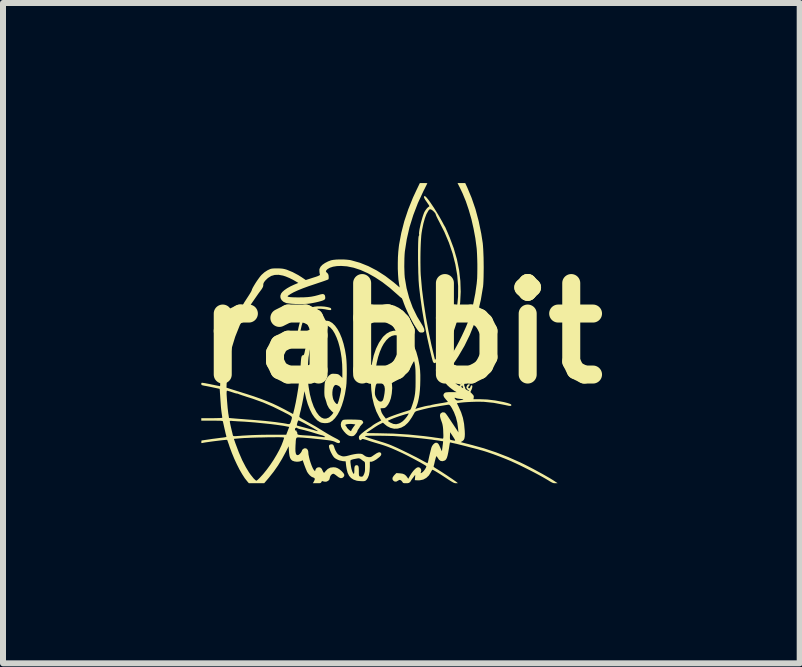
<source format=kicad_pcb>
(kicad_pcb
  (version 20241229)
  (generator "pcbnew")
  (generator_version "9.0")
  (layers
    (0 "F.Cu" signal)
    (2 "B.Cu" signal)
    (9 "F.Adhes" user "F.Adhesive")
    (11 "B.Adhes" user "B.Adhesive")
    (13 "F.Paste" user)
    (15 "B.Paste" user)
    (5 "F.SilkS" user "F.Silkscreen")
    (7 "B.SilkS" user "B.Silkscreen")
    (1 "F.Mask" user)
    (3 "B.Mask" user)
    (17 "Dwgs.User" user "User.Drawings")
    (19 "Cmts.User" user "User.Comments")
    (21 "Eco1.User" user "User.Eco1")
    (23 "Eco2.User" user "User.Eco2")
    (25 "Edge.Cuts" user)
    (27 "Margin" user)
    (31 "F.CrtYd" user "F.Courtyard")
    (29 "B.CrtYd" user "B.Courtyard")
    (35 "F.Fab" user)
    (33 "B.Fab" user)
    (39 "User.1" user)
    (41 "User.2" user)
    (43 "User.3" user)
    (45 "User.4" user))
  (footprint "rabbit"
    (layer "F.Cu")
    (at 3.636 2.5)
    (property "Reference" "rabbit" (at 0 0 0) (layer "F.SilkS") (effects (font (size 1.524 1.524) (thickness 0.3))))
    (attr board_only exclude_from_pos_files exclude_from_bom)
    (fp_poly (pts (xy -0.201 -0.479) (xy -0.191 -0.477) (xy -0.114 -0.457) (xy -0.041 -0.421) (xy 0.026 -0.371) (xy 0.086 -0.307) (xy 0.139 -0.229) (xy 0.162 -0.186) (xy 0.188 -0.13) (xy 0.206 -0.086) (xy 0.215 -0.055) (xy 0.215 -0.035) (xy 0.206 -0.026) (xy 0.2 -0.025) (xy 0.184 -0.033) (xy 0.171 -0.055) (xy 0.163 -0.076) (xy 0.159 -0.09) (xy 0.158 -0.092) (xy 0.154 -0.105) (xy 0.143 -0.128) (xy 0.127 -0.158) (xy 0.107 -0.192) (xy 0.087 -0.226) (xy 0.068 -0.256) (xy 0.053 -0.276) (xy 0.015 -0.321) (xy -0.024 -0.356) (xy -0.07 -0.387) (xy -0.107 -0.406) (xy -0.141 -0.422) (xy -0.168 -0.431) (xy -0.195 -0.435) (xy -0.23 -0.437) (xy -0.232 -0.437) (xy -0.272 -0.436) (xy -0.302 -0.431) (xy -0.329 -0.421) (xy -0.334 -0.419) (xy -0.367 -0.405) (xy -0.388 -0.401) (xy -0.398 -0.407) (xy -0.4 -0.416) (xy -0.394 -0.434) (xy -0.374 -0.449) (xy -0.339 -0.463) (xy -0.305 -0.472) (xy -0.268 -0.48) (xy -0.236 -0.482)) (stroke (width 0) (type solid)) (fill yes) (layer "F.SilkS"))
    (fp_poly (pts (xy -1.284 -0.443) (xy -1.238 -0.436) (xy -1.204 -0.428) (xy -1.183 -0.421) (xy -1.173 -0.413) (xy -1.169 -0.404) (xy -1.168 -0.402) (xy -1.169 -0.391) (xy -1.175 -0.385) (xy -1.191 -0.384) (xy -1.217 -0.387) (xy -1.256 -0.394) (xy -1.267 -0.397) (xy -1.326 -0.405) (xy -1.386 -0.406) (xy -1.441 -0.399) (xy -1.485 -0.385) (xy -1.526 -0.363) (xy -1.561 -0.335) (xy -1.591 -0.3) (xy -1.617 -0.255) (xy -1.639 -0.199) (xy -1.66 -0.13) (xy -1.679 -0.047) (xy -1.683 -0.025) (xy -1.692 0.02) (xy -1.699 0.051) (xy -1.705 0.071) (xy -1.71 0.083) (xy -1.717 0.088) (xy -1.725 0.09) (xy -1.735 0.091) (xy -1.741 0.087) (xy -1.741 0.074) (xy -1.739 0.048) (xy -1.738 0.044) (xy -1.732 0.002) (xy -1.722 -0.048) (xy -1.711 -0.102) (xy -1.698 -0.155) (xy -1.685 -0.202) (xy -1.673 -0.238) (xy -1.67 -0.244) (xy -1.635 -0.312) (xy -1.591 -0.367) (xy -1.538 -0.409) (xy -1.49 -0.431) (xy -1.449 -0.441) (xy -1.398 -0.447) (xy -1.341 -0.447)) (stroke (width 0) (type solid)) (fill yes) (layer "F.SilkS"))
    (fp_poly (pts (xy -0.84 1.439) (xy -0.789 1.44) (xy -0.742 1.441) (xy -0.731 1.442) (xy -0.695 1.444) (xy -0.672 1.447) (xy -0.659 1.452) (xy -0.65 1.459) (xy -0.643 1.469) (xy -0.636 1.482) (xy -0.636 1.493) (xy -0.644 1.505) (xy -0.661 1.523) (xy -0.678 1.542) (xy -0.689 1.556) (xy -0.692 1.561) (xy -0.696 1.571) (xy -0.708 1.589) (xy -0.713 1.595) (xy -0.726 1.615) (xy -0.733 1.632) (xy -0.733 1.635) (xy -0.738 1.648) (xy -0.752 1.667) (xy -0.763 1.682) (xy -0.783 1.703) (xy -0.799 1.713) (xy -0.818 1.716) (xy -0.828 1.717) (xy -0.858 1.713) (xy -0.885 1.702) (xy -0.887 1.701) (xy -0.921 1.675) (xy -0.956 1.637) (xy -0.986 1.596) (xy -1.004 1.558) (xy -1.008 1.529) (xy -0.933 1.529) (xy -0.927 1.543) (xy -0.921 1.55) (xy -0.91 1.563) (xy -0.908 1.57) (xy -0.902 1.58) (xy -0.888 1.595) (xy -0.87 1.612) (xy -0.852 1.626) (xy -0.84 1.633) (xy -0.84 1.633) (xy -0.834 1.627) (xy -0.833 1.622) (xy -0.829 1.61) (xy -0.816 1.59) (xy -0.8 1.566) (xy -0.766 1.521) (xy -0.806 1.515) (xy -0.839 1.512) (xy -0.872 1.513) (xy -0.901 1.516) (xy -0.923 1.521) (xy -0.933 1.528) (xy -0.933 1.529) (xy -1.008 1.529) (xy -1.009 1.519) (xy -1.002 1.484) (xy -0.989 1.462) (xy -0.98 1.452) (xy -0.969 1.445) (xy -0.954 1.442) (xy -0.93 1.44) (xy -0.894 1.439) (xy -0.887 1.439)) (stroke (width 0) (type solid)) (fill yes) (layer "F.SilkS"))
    (fp_poly (pts (xy -1.143 1.855) (xy -1.138 1.858) (xy -1.128 1.873) (xy -1.12 1.894) (xy -1.11 1.925) (xy -1.095 1.96) (xy -1.076 1.992) (xy -1.058 2.015) (xy -1.057 2.016) (xy -1.038 2.029) (xy -1.011 2.041) (xy -1.001 2.045) (xy -0.982 2.051) (xy -0.963 2.053) (xy -0.942 2.052) (xy -0.916 2.048) (xy -0.88 2.039) (xy -0.831 2.026) (xy -0.788 2.017) (xy -0.743 2.01) (xy -0.71 2.008) (xy -0.679 2.009) (xy -0.657 2.013) (xy -0.64 2.021) (xy -0.622 2.035) (xy -0.589 2.056) (xy -0.551 2.065) (xy -0.549 2.065) (xy -0.528 2.066) (xy -0.512 2.064) (xy -0.495 2.057) (xy -0.473 2.042) (xy -0.45 2.026) (xy -0.411 2) (xy -0.382 1.987) (xy -0.36 1.984) (xy -0.343 1.993) (xy -0.343 1.993) (xy -0.333 2.013) (xy -0.34 2.036) (xy -0.362 2.061) (xy -0.369 2.067) (xy -0.417 2.104) (xy -0.458 2.128) (xy -0.489 2.14) (xy -0.5 2.142) (xy -0.525 2.142) (xy -0.525 2.228) (xy -0.529 2.302) (xy -0.54 2.364) (xy -0.559 2.412) (xy -0.58 2.443) (xy -0.594 2.456) (xy -0.609 2.463) (xy -0.629 2.466) (xy -0.658 2.466) (xy -0.692 2.464) (xy -0.725 2.461) (xy -0.744 2.458) (xy -0.796 2.44) (xy -0.838 2.413) (xy -0.871 2.376) (xy -0.895 2.326) (xy -0.911 2.264) (xy -0.919 2.215) (xy -0.928 2.135) (xy -0.976 2.132) (xy -0.988 2.129) (xy -0.848 2.129) (xy -0.848 2.154) (xy -0.844 2.186) (xy -0.839 2.222) (xy -0.832 2.257) (xy -0.823 2.288) (xy -0.817 2.305) (xy -0.804 2.332) (xy -0.794 2.344) (xy -0.788 2.34) (xy -0.784 2.32) (xy -0.783 2.285) (xy -0.782 2.246) (xy -0.777 2.22) (xy -0.768 2.206) (xy -0.753 2.2) (xy -0.746 2.2) (xy -0.73 2.202) (xy -0.719 2.211) (xy -0.712 2.229) (xy -0.709 2.258) (xy -0.708 2.301) (xy -0.708 2.301) (xy -0.708 2.34) (xy -0.706 2.365) (xy -0.701 2.38) (xy -0.691 2.387) (xy -0.674 2.39) (xy -0.66 2.391) (xy -0.647 2.388) (xy -0.635 2.375) (xy -0.623 2.352) (xy -0.614 2.328) (xy -0.608 2.303) (xy -0.605 2.27) (xy -0.605 2.23) (xy -0.605 2.192) (xy -0.606 2.166) (xy -0.609 2.151) (xy -0.615 2.142) (xy -0.62 2.138) (xy -0.636 2.128) (xy -0.658 2.112) (xy -0.665 2.106) (xy -0.689 2.09) (xy -0.71 2.085) (xy -0.725 2.086) (xy -0.764 2.093) (xy -0.799 2.1) (xy -0.827 2.108) (xy -0.843 2.115) (xy -0.845 2.117) (xy -0.848 2.129) (xy -0.988 2.129) (xy -1.033 2.12) (xy -1.072 2.103) (xy -1.1 2.087) (xy -1.121 2.07) (xy -1.139 2.046) (xy -1.152 2.025) (xy -1.175 1.982) (xy -1.192 1.941) (xy -1.203 1.906) (xy -1.206 1.88) (xy -1.203 1.868) (xy -1.187 1.856) (xy -1.164 1.851)) (stroke (width 0) (type solid)) (fill yes) (layer "F.SilkS"))
    (fp_poly (pts (xy 0.403 -2.276) (xy 0.422 -2.257) (xy 0.447 -2.226) (xy 0.476 -2.187) (xy 0.508 -2.14) (xy 0.543 -2.088) (xy 0.578 -2.032) (xy 0.614 -1.974) (xy 0.647 -1.916) (xy 0.678 -1.861) (xy 0.693 -1.833) (xy 0.707 -1.806) (xy 0.719 -1.786) (xy 0.725 -1.775) (xy 0.725 -1.775) (xy 0.731 -1.766) (xy 0.74 -1.746) (xy 0.749 -1.725) (xy 0.761 -1.698) (xy 0.777 -1.661) (xy 0.794 -1.62) (xy 0.806 -1.592) (xy 0.873 -1.413) (xy 0.925 -1.233) (xy 0.962 -1.052) (xy 0.983 -0.87) (xy 0.989 -0.69) (xy 0.98 -0.511) (xy 0.955 -0.335) (xy 0.916 -0.163) (xy 0.861 0.004) (xy 0.792 0.163) (xy 0.758 0.228) (xy 0.723 0.29) (xy 0.688 0.347) (xy 0.654 0.398) (xy 0.623 0.44) (xy 0.594 0.472) (xy 0.571 0.493) (xy 0.553 0.5) (xy 0.538 0.493) (xy 0.527 0.477) (xy 0.522 0.462) (xy 0.514 0.433) (xy 0.504 0.395) (xy 0.493 0.349) (xy 0.484 0.312) (xy 0.431 0.074) (xy 0.385 -0.156) (xy 0.347 -0.381) (xy 0.315 -0.608) (xy 0.294 -0.787) (xy 0.291 -0.83) (xy 0.287 -0.882) (xy 0.285 -0.943) (xy 0.282 -1.01) (xy 0.281 -1.082) (xy 0.279 -1.157) (xy 0.279 -1.181) (xy 0.318 -1.181) (xy 0.319 -1.103) (xy 0.32 -1.031) (xy 0.323 -0.969) (xy 0.325 -0.948) (xy 0.344 -0.73) (xy 0.373 -0.503) (xy 0.409 -0.269) (xy 0.452 -0.033) (xy 0.502 0.201) (xy 0.526 0.301) (xy 0.561 0.445) (xy 0.581 0.42) (xy 0.594 0.403) (xy 0.613 0.377) (xy 0.636 0.344) (xy 0.655 0.315) (xy 0.724 0.199) (xy 0.786 0.07) (xy 0.839 -0.068) (xy 0.883 -0.212) (xy 0.916 -0.359) (xy 0.928 -0.433) (xy 0.945 -0.607) (xy 0.946 -0.784) (xy 0.931 -0.963) (xy 0.9 -1.144) (xy 0.854 -1.325) (xy 0.793 -1.506) (xy 0.717 -1.686) (xy 0.63 -1.857) (xy 0.61 -1.895) (xy 0.593 -1.929) (xy 0.581 -1.955) (xy 0.575 -1.971) (xy 0.575 -1.972) (xy 0.569 -1.99) (xy 0.553 -2.012) (xy 0.532 -2.034) (xy 0.51 -2.052) (xy 0.491 -2.062) (xy 0.491 -2.062) (xy 0.476 -2.064) (xy 0.463 -2.056) (xy 0.448 -2.037) (xy 0.448 -2.036) (xy 0.418 -1.983) (xy 0.392 -1.914) (xy 0.368 -1.829) (xy 0.347 -1.728) (xy 0.337 -1.667) (xy 0.332 -1.624) (xy 0.328 -1.568) (xy 0.324 -1.501) (xy 0.321 -1.425) (xy 0.319 -1.345) (xy 0.318 -1.263) (xy 0.318 -1.181) (xy 0.279 -1.181) (xy 0.278 -1.232) (xy 0.278 -1.306) (xy 0.278 -1.376) (xy 0.279 -1.441) (xy 0.28 -1.499) (xy 0.282 -1.548) (xy 0.284 -1.585) (xy 0.287 -1.61) (xy 0.29 -1.619) (xy 0.297 -1.634) (xy 0.296 -1.643) (xy 0.294 -1.661) (xy 0.297 -1.692) (xy 0.303 -1.732) (xy 0.313 -1.779) (xy 0.324 -1.83) (xy 0.338 -1.881) (xy 0.352 -1.93) (xy 0.366 -1.973) (xy 0.379 -2.007) (xy 0.384 -2.018) (xy 0.402 -2.048) (xy 0.424 -2.077) (xy 0.445 -2.098) (xy 0.459 -2.107) (xy 0.465 -2.111) (xy 0.465 -2.119) (xy 0.458 -2.134) (xy 0.442 -2.157) (xy 0.425 -2.182) (xy 0.397 -2.222) (xy 0.381 -2.252) (xy 0.376 -2.271) (xy 0.381 -2.281) (xy 0.391 -2.283)) (stroke (width 0) (type solid)) (fill yes) (layer "F.SilkS"))
    (fp_poly (pts (xy 0.401 -2.5) (xy 0.423 -2.499) (xy 0.433 -2.498) (xy 0.433 -2.498) (xy 0.43 -2.49) (xy 0.42 -2.47) (xy 0.405 -2.44) (xy 0.386 -2.402) (xy 0.368 -2.367) (xy 0.276 -2.168) (xy 0.199 -1.967) (xy 0.136 -1.765) (xy 0.09 -1.564) (xy 0.059 -1.365) (xy 0.058 -1.358) (xy 0.054 -1.308) (xy 0.051 -1.247) (xy 0.05 -1.179) (xy 0.049 -1.109) (xy 0.051 -1.041) (xy 0.053 -0.98) (xy 0.057 -0.93) (xy 0.058 -0.921) (xy 0.087 -0.75) (xy 0.131 -0.585) (xy 0.189 -0.427) (xy 0.263 -0.276) (xy 0.33 -0.165) (xy 0.361 -0.113) (xy 0.379 -0.072) (xy 0.384 -0.042) (xy 0.377 -0.021) (xy 0.357 -0.011) (xy 0.328 -0.01) (xy 0.314 -0.012) (xy 0.302 -0.017) (xy 0.29 -0.028) (xy 0.275 -0.046) (xy 0.255 -0.075) (xy 0.244 -0.092) (xy 0.208 -0.148) (xy 0.171 -0.215) (xy 0.133 -0.287) (xy 0.098 -0.361) (xy 0.067 -0.431) (xy 0.043 -0.493) (xy 0.041 -0.498) (xy 0.029 -0.533) (xy 0.018 -0.56) (xy 0.01 -0.578) (xy 0.006 -0.583) (xy -0.003 -0.589) (xy -0.021 -0.603) (xy -0.045 -0.625) (xy -0.07 -0.647) (xy -0.193 -0.755) (xy -0.316 -0.85) (xy -0.439 -0.931) (xy -0.56 -0.999) (xy -0.678 -1.052) (xy -0.794 -1.09) (xy -0.906 -1.113) (xy -1.004 -1.12) (xy -1.076 -1.117) (xy -1.138 -1.107) (xy -1.19 -1.09) (xy -1.229 -1.068) (xy -1.235 -1.062) (xy -1.253 -1.043) (xy -1.257 -1.027) (xy -1.246 -1.012) (xy -1.236 -1.004) (xy -1.221 -0.987) (xy -1.213 -0.964) (xy -1.211 -0.945) (xy -1.21 -0.915) (xy -1.215 -0.898) (xy -1.218 -0.895) (xy -1.229 -0.89) (xy -1.253 -0.881) (xy -1.289 -0.868) (xy -1.333 -0.853) (xy -1.384 -0.836) (xy -1.425 -0.822) (xy -1.542 -0.783) (xy -1.643 -0.746) (xy -1.727 -0.712) (xy -1.796 -0.68) (xy -1.848 -0.651) (xy -1.856 -0.645) (xy -1.881 -0.629) (xy -1.893 -0.619) (xy -1.895 -0.613) (xy -1.888 -0.608) (xy -1.883 -0.605) (xy -1.867 -0.602) (xy -1.836 -0.599) (xy -1.792 -0.597) (xy -1.738 -0.596) (xy -1.704 -0.596) (xy -1.625 -0.597) (xy -1.558 -0.601) (xy -1.499 -0.608) (xy -1.443 -0.619) (xy -1.385 -0.634) (xy -1.349 -0.645) (xy -1.313 -0.652) (xy -1.289 -0.647) (xy -1.274 -0.63) (xy -1.268 -0.602) (xy -1.268 -0.578) (xy -1.275 -0.564) (xy -1.285 -0.555) (xy -1.306 -0.545) (xy -1.34 -0.534) (xy -1.384 -0.522) (xy -1.432 -0.511) (xy -1.482 -0.501) (xy -1.531 -0.493) (xy -1.544 -0.491) (xy -1.592 -0.487) (xy -1.647 -0.485) (xy -1.706 -0.485) (xy -1.766 -0.486) (xy -1.822 -0.489) (xy -1.871 -0.494) (xy -1.909 -0.5) (xy -1.922 -0.503) (xy -1.965 -0.523) (xy -1.995 -0.551) (xy -2.013 -0.585) (xy -2.016 -0.622) (xy -2.004 -0.658) (xy -1.983 -0.686) (xy -1.949 -0.716) (xy -1.903 -0.748) (xy -1.848 -0.779) (xy -1.786 -0.808) (xy -1.764 -0.817) (xy -1.716 -0.837) (xy -1.748 -0.856) (xy -1.805 -0.889) (xy -1.866 -0.919) (xy -1.926 -0.944) (xy -1.972 -0.959) (xy -2.044 -0.972) (xy -2.109 -0.97) (xy -2.168 -0.953) (xy -2.222 -0.919) (xy -2.263 -0.88) (xy -2.284 -0.854) (xy -2.295 -0.834) (xy -2.3 -0.814) (xy -2.3 -0.803) (xy -2.301 -0.788) (xy -2.305 -0.773) (xy -2.313 -0.756) (xy -2.327 -0.733) (xy -2.349 -0.703) (xy -2.378 -0.664) (xy -2.498 -0.491) (xy -2.603 -0.312) (xy -2.693 -0.128) (xy -2.768 0.06) (xy -2.827 0.253) (xy -2.858 0.392) (xy -2.875 0.484) (xy -2.889 0.582) (xy -2.9 0.68) (xy -2.908 0.772) (xy -2.91 0.827) (xy -2.913 0.908) (xy -2.875 0.92) (xy -2.858 0.926) (xy -2.827 0.936) (xy -2.785 0.949) (xy -2.734 0.965) (xy -2.676 0.983) (xy -2.613 1.003) (xy -2.583 1.012) (xy -2.457 1.053) (xy -2.344 1.093) (xy -2.24 1.133) (xy -2.142 1.174) (xy -2.047 1.219) (xy -1.949 1.269) (xy -1.925 1.282) (xy -1.804 1.347) (xy -1.781 1.255) (xy -1.759 1.154) (xy -1.738 1.04) (xy -1.718 0.919) (xy -1.702 0.794) (xy -1.688 0.67) (xy -1.685 0.628) (xy -1.558 0.628) (xy -1.557 0.711) (xy -1.555 0.79) (xy -1.549 0.861) (xy -1.545 0.893) (xy -1.524 1.017) (xy -1.495 1.128) (xy -1.46 1.225) (xy -1.418 1.308) (xy -1.408 1.324) (xy -1.371 1.373) (xy -1.332 1.406) (xy -1.292 1.423) (xy -1.252 1.423) (xy -1.213 1.408) (xy -1.202 1.401) (xy -1.178 1.38) (xy -1.156 1.358) (xy -1.151 1.351) (xy -1.132 1.325) (xy -1.163 1.298) (xy -1.206 1.25) (xy -1.235 1.195) (xy -1.242 1.174) (xy -1.25 1.145) (xy -1.261 1.11) (xy -1.268 1.089) (xy -1.276 1.066) (xy -1.28 1.043) (xy -1.282 1.016) (xy -1.283 0.983) (xy -1.149 0.983) (xy -1.149 1.028) (xy -1.142 1.072) (xy -1.134 1.102) (xy -1.119 1.133) (xy -1.1 1.159) (xy -1.082 1.177) (xy -1.067 1.183) (xy -1.062 1.176) (xy -1.054 1.156) (xy -1.045 1.129) (xy -1.043 1.123) (xy -1.03 1.072) (xy -1.019 1.025) (xy -1.01 0.983) (xy -1.005 0.95) (xy -1.004 0.927) (xy -1.007 0.918) (xy -1.016 0.909) (xy -1.017 0.905) (xy -1.024 0.894) (xy -1.041 0.881) (xy -1.063 0.87) (xy -1.084 0.863) (xy -1.098 0.862) (xy -1.118 0.876) (xy -1.133 0.903) (xy -1.144 0.94) (xy -1.149 0.983) (xy -1.283 0.983) (xy -1.283 0.981) (xy -1.282 0.934) (xy -1.282 0.93) (xy -1.28 0.884) (xy -1.278 0.851) (xy -1.275 0.826) (xy -1.27 0.806) (xy -1.262 0.787) (xy -1.254 0.772) (xy -1.23 0.733) (xy -1.202 0.703) (xy -1.196 0.699) (xy -1.177 0.685) (xy -1.16 0.678) (xy -1.14 0.676) (xy -1.111 0.677) (xy -1.106 0.677) (xy -1.074 0.68) (xy -1.053 0.685) (xy -1.036 0.695) (xy -1.017 0.712) (xy -1.016 0.713) (xy -0.983 0.745) (xy -0.983 0.623) (xy -0.986 0.518) (xy -0.995 0.416) (xy -1.01 0.319) (xy -1.029 0.228) (xy -1.052 0.145) (xy -1.08 0.07) (xy -1.111 0.004) (xy -1.144 -0.05) (xy -1.18 -0.091) (xy -1.219 -0.119) (xy -1.258 -0.133) (xy -1.271 -0.133) (xy -1.31 -0.125) (xy -1.349 -0.102) (xy -1.386 -0.063) (xy -1.421 -0.012) (xy -1.454 0.051) (xy -1.483 0.126) (xy -1.508 0.21) (xy -1.53 0.303) (xy -1.546 0.403) (xy -1.552 0.468) (xy -1.556 0.545) (xy -1.558 0.628) (xy -1.685 0.628) (xy -1.679 0.552) (xy -1.677 0.515) (xy -1.673 0.461) (xy -1.669 0.422) (xy -1.664 0.394) (xy -1.656 0.378) (xy -1.647 0.369) (xy -1.634 0.367) (xy -1.634 0.367) (xy -1.626 0.363) (xy -1.62 0.351) (xy -1.613 0.327) (xy -1.606 0.292) (xy -1.582 0.189) (xy -1.553 0.095) (xy -1.52 0.011) (xy -1.482 -0.061) (xy -1.441 -0.12) (xy -1.397 -0.164) (xy -1.355 -0.191) (xy -1.316 -0.204) (xy -1.269 -0.208) (xy -1.224 -0.205) (xy -1.196 -0.197) (xy -1.15 -0.169) (xy -1.105 -0.125) (xy -1.064 -0.068) (xy -1.026 0.002) (xy -0.992 0.084) (xy -0.963 0.176) (xy -0.939 0.277) (xy -0.921 0.386) (xy -0.921 0.389) (xy -0.915 0.449) (xy -0.911 0.521) (xy -0.909 0.601) (xy -0.909 0.683) (xy -0.911 0.762) (xy -0.914 0.836) (xy -0.92 0.897) (xy -0.921 0.903) (xy -0.939 1.012) (xy -0.963 1.113) (xy -0.992 1.206) (xy -1.025 1.288) (xy -1.063 1.358) (xy -1.105 1.416) (xy -1.149 1.46) (xy -1.195 1.488) (xy -1.196 1.488) (xy -1.236 1.498) (xy -1.282 1.499) (xy -1.327 1.493) (xy -1.355 1.483) (xy -1.402 1.452) (xy -1.446 1.405) (xy -1.487 1.345) (xy -1.524 1.271) (xy -1.558 1.185) (xy -1.586 1.089) (xy -1.594 1.052) (xy -1.614 0.966) (xy -1.632 1.073) (xy -1.642 1.126) (xy -1.654 1.186) (xy -1.667 1.243) (xy -1.675 1.28) (xy -1.685 1.319) (xy -1.693 1.353) (xy -1.698 1.379) (xy -1.7 1.392) (xy -1.7 1.392) (xy -1.693 1.401) (xy -1.673 1.416) (xy -1.644 1.434) (xy -1.623 1.445) (xy -1.425 1.557) (xy -1.288 1.641) (xy -1.242 1.669) (xy -1.192 1.698) (xy -1.144 1.725) (xy -1.104 1.746) (xy -1.067 1.765) (xy -1.043 1.78) (xy -1.029 1.791) (xy -1.022 1.8) (xy -1.021 1.809) (xy -1.027 1.826) (xy -1.044 1.832) (xy -1.071 1.827) (xy -1.099 1.814) (xy -1.121 1.804) (xy -1.148 1.796) (xy -1.183 1.789) (xy -1.23 1.782) (xy -1.25 1.78) (xy -1.342 1.769) (xy -1.432 1.76) (xy -1.514 1.751) (xy -1.588 1.745) (xy -1.649 1.74) (xy -1.672 1.739) (xy -1.703 1.737) (xy -1.726 1.737) (xy -1.741 1.74) (xy -1.75 1.75) (xy -1.756 1.769) (xy -1.759 1.799) (xy -1.761 1.841) (xy -1.763 1.867) (xy -1.765 1.926) (xy -1.764 1.97) (xy -1.759 2.001) (xy -1.751 2.021) (xy -1.738 2.03) (xy -1.732 2.032) (xy -1.714 2.029) (xy -1.695 2.015) (xy -1.685 2.004) (xy -1.669 1.984) (xy -1.66 1.967) (xy -1.658 1.962) (xy -1.651 1.944) (xy -1.634 1.928) (xy -1.612 1.918) (xy -1.604 1.917) (xy -1.578 1.924) (xy -1.559 1.945) (xy -1.55 1.976) (xy -1.55 1.986) (xy -1.547 2.021) (xy -1.538 2.065) (xy -1.526 2.114) (xy -1.51 2.164) (xy -1.493 2.21) (xy -1.476 2.249) (xy -1.46 2.276) (xy -1.456 2.281) (xy -1.438 2.3) (xy -1.43 2.273) (xy -1.415 2.249) (xy -1.392 2.236) (xy -1.366 2.234) (xy -1.342 2.243) (xy -1.324 2.263) (xy -1.321 2.271) (xy -1.31 2.295) (xy -1.3 2.314) (xy -1.292 2.324) (xy -1.285 2.325) (xy -1.275 2.315) (xy -1.262 2.298) (xy -1.226 2.262) (xy -1.183 2.24) (xy -1.132 2.234) (xy -1.132 2.234) (xy -1.097 2.237) (xy -1.067 2.247) (xy -1.035 2.265) (xy -0.999 2.295) (xy -0.992 2.302) (xy -0.964 2.332) (xy -0.951 2.357) (xy -0.952 2.38) (xy -0.967 2.4) (xy -0.988 2.414) (xy -1.013 2.415) (xy -1.042 2.403) (xy -1.078 2.376) (xy -1.085 2.37) (xy -1.108 2.353) (xy -1.128 2.343) (xy -1.136 2.342) (xy -1.155 2.349) (xy -1.174 2.367) (xy -1.187 2.391) (xy -1.192 2.413) (xy -1.199 2.439) (xy -1.219 2.46) (xy -1.246 2.473) (xy -1.263 2.475) (xy -1.287 2.473) (xy -1.307 2.468) (xy -1.308 2.467) (xy -1.32 2.464) (xy -1.33 2.475) (xy -1.332 2.48) (xy -1.338 2.49) (xy -1.346 2.496) (xy -1.361 2.499) (xy -1.387 2.5) (xy -1.408 2.5) (xy -1.475 2.5) (xy -1.458 2.473) (xy -1.444 2.443) (xy -1.443 2.421) (xy -1.457 2.408) (xy -1.466 2.406) (xy -1.495 2.393) (xy -1.526 2.368) (xy -1.554 2.335) (xy -1.572 2.307) (xy -1.58 2.287) (xy -1.592 2.259) (xy -1.605 2.226) (xy -1.618 2.191) (xy -1.629 2.159) (xy -1.638 2.134) (xy -1.642 2.12) (xy -1.642 2.119) (xy -1.648 2.12) (xy -1.664 2.128) (xy -1.666 2.129) (xy -1.7 2.139) (xy -1.74 2.142) (xy -1.78 2.137) (xy -1.813 2.125) (xy -1.818 2.123) (xy -1.838 2.104) (xy -1.853 2.079) (xy -1.863 2.045) (xy -1.87 1.998) (xy -1.873 1.961) (xy -1.877 1.884) (xy -1.922 1.973) (xy -1.988 2.095) (xy -2.055 2.205) (xy -2.127 2.308) (xy -2.208 2.41) (xy -2.224 2.429) (xy -2.285 2.5) (xy -2.54 2.5) (xy -2.567 2.469) (xy -2.609 2.416) (xy -2.652 2.349) (xy -2.697 2.271) (xy -2.741 2.184) (xy -2.784 2.091) (xy -2.824 1.994) (xy -2.861 1.895) (xy -2.866 1.878) (xy -2.879 1.84) (xy -2.89 1.809) (xy -2.898 1.787) (xy -2.903 1.778) (xy -2.903 1.778) (xy -2.912 1.777) (xy -2.935 1.779) (xy -2.97 1.782) (xy -3.012 1.787) (xy -3.061 1.793) (xy -3.112 1.799) (xy -3.164 1.806) (xy -3.213 1.813) (xy -3.256 1.819) (xy -3.292 1.825) (xy -3.315 1.83) (xy -3.329 1.831) (xy -3.333 1.822) (xy -3.332 1.811) (xy -3.329 1.788) (xy -3.204 1.77) (xy -3.151 1.762) (xy -3.145 1.761) (xy -2.79 1.761) (xy -2.761 1.844) (xy -2.707 1.987) (xy -2.651 2.117) (xy -2.591 2.232) (xy -2.539 2.318) (xy -2.513 2.355) (xy -2.485 2.39) (xy -2.46 2.421) (xy -2.437 2.443) (xy -2.421 2.456) (xy -2.415 2.458) (xy -2.406 2.453) (xy -2.388 2.438) (xy -2.366 2.417) (xy -2.359 2.41) (xy -2.302 2.348) (xy -2.243 2.275) (xy -2.185 2.196) (xy -2.129 2.112) (xy -2.078 2.027) (xy -2.033 1.945) (xy -1.997 1.868) (xy -1.97 1.798) (xy -1.969 1.794) (xy -1.952 1.741) (xy -1.973 1.736) (xy -1.989 1.735) (xy -2.018 1.734) (xy -2.06 1.733) (xy -2.112 1.734) (xy -2.171 1.734) (xy -2.236 1.735) (xy -2.305 1.737) (xy -2.374 1.738) (xy -2.442 1.74) (xy -2.507 1.742) (xy -2.566 1.745) (xy -2.617 1.747) (xy -2.658 1.75) (xy -2.672 1.751) (xy -2.79 1.761) (xy -3.145 1.761) (xy -3.096 1.755) (xy -3.043 1.748) (xy -3 1.742) (xy -2.994 1.742) (xy -2.956 1.737) (xy -2.932 1.733) (xy -2.919 1.729) (xy -2.914 1.724) (xy -2.915 1.717) (xy -2.916 1.713) (xy -2.921 1.698) (xy -2.928 1.67) (xy -2.936 1.634) (xy -2.945 1.595) (xy -2.954 1.555) (xy -2.962 1.519) (xy -2.968 1.492) (xy -2.971 1.477) (xy -2.972 1.473) (xy -2.858 1.473) (xy -2.856 1.485) (xy -2.851 1.51) (xy -2.844 1.544) (xy -2.835 1.582) (xy -2.826 1.621) (xy -2.817 1.657) (xy -2.81 1.687) (xy -2.805 1.705) (xy -2.804 1.707) (xy -2.799 1.713) (xy -2.786 1.716) (xy -2.763 1.716) (xy -2.727 1.713) (xy -2.692 1.711) (xy -2.646 1.707) (xy -2.593 1.704) (xy -2.539 1.701) (xy -2.521 1.7) (xy -2.475 1.698) (xy -2.417 1.696) (xy -2.35 1.694) (xy -2.278 1.693) (xy -2.206 1.692) (xy -2.153 1.692) (xy -1.918 1.692) (xy -1.893 1.627) (xy -1.887 1.611) (xy -1.772 1.611) (xy -1.765 1.622) (xy -1.754 1.622) (xy -1.746 1.623) (xy -1.747 1.63) (xy -1.747 1.64) (xy -1.743 1.642) (xy -1.736 1.649) (xy -1.733 1.666) (xy -1.733 1.676) (xy -1.73 1.684) (xy -1.722 1.689) (xy -1.707 1.694) (xy -1.683 1.697) (xy -1.648 1.7) (xy -1.6 1.703) (xy -1.567 1.705) (xy -1.518 1.708) (xy -1.466 1.713) (xy -1.419 1.718) (xy -1.396 1.721) (xy -1.358 1.725) (xy -1.324 1.729) (xy -1.298 1.732) (xy -1.292 1.732) (xy -1.273 1.732) (xy -1.269 1.729) (xy -1.277 1.722) (xy -1.279 1.72) (xy -1.301 1.708) (xy -1.317 1.703) (xy -1.332 1.699) (xy -1.359 1.691) (xy -1.396 1.68) (xy -1.439 1.667) (xy -1.467 1.658) (xy -1.517 1.643) (xy -1.568 1.629) (xy -1.615 1.616) (xy -1.653 1.607) (xy -1.665 1.604) (xy -1.696 1.597) (xy -1.72 1.589) (xy -1.732 1.584) (xy -1.733 1.582) (xy -1.739 1.575) (xy -1.752 1.576) (xy -1.765 1.583) (xy -1.771 1.592) (xy -1.772 1.611) (xy -1.887 1.611) (xy -1.868 1.562) (xy -1.915 1.553) (xy -1.962 1.544) (xy -2.009 1.537) (xy -1.741 1.537) (xy -1.74 1.537) (xy -1.732 1.541) (xy -1.709 1.547) (xy -1.677 1.556) (xy -1.636 1.567) (xy -1.608 1.574) (xy -1.561 1.587) (xy -1.516 1.599) (xy -1.478 1.609) (xy -1.45 1.617) (xy -1.442 1.62) (xy -1.414 1.629) (xy -1.398 1.632) (xy -1.392 1.632) (xy -1.392 1.63) (xy -1.399 1.624) (xy -1.418 1.611) (xy -1.447 1.594) (xy -1.483 1.573) (xy -1.523 1.551) (xy -1.565 1.528) (xy -1.607 1.505) (xy -1.645 1.485) (xy -1.677 1.469) (xy -1.701 1.458) (xy -1.714 1.453) (xy -1.715 1.453) (xy -1.722 1.463) (xy -1.729 1.482) (xy -1.736 1.505) (xy -1.74 1.525) (xy -1.741 1.537) (xy -2.009 1.537) (xy -2.022 1.535) (xy -2.094 1.525) (xy -2.174 1.515) (xy -2.26 1.506) (xy -2.349 1.497) (xy -2.438 1.488) (xy -2.525 1.481) (xy -2.606 1.475) (xy -2.679 1.471) (xy -2.723 1.469) (xy -2.764 1.466) (xy -2.799 1.464) (xy -2.819 1.462) (xy -2.843 1.46) (xy -2.855 1.463) (xy -2.858 1.47) (xy -2.858 1.473) (xy -2.972 1.473) (xy -2.973 1.471) (xy -2.976 1.466) (xy -2.984 1.463) (xy -2.997 1.461) (xy -3.019 1.459) (xy -3.05 1.459) (xy -3.094 1.458) (xy -3.153 1.458) (xy -3.333 1.458) (xy -3.333 1.417) (xy -3.158 1.417) (xy -3.106 1.416) (xy -3.061 1.415) (xy -3.023 1.414) (xy -2.997 1.412) (xy -2.984 1.41) (xy -2.983 1.41) (xy -2.984 1.399) (xy -2.987 1.376) (xy -2.992 1.343) (xy -2.996 1.314) (xy -3.001 1.274) (xy -3.006 1.223) (xy -3.01 1.166) (xy -3.014 1.108) (xy -3.016 1.078) (xy -3.019 1.031) (xy -3.022 0.991) (xy -2.911 0.991) (xy -2.911 1.015) (xy -2.908 1.066) (xy -2.904 1.124) (xy -2.899 1.184) (xy -2.894 1.243) (xy -2.888 1.295) (xy -2.883 1.337) (xy -2.88 1.354) (xy -2.871 1.413) (xy -2.817 1.418) (xy -2.794 1.42) (xy -2.758 1.423) (xy -2.71 1.427) (xy -2.654 1.431) (xy -2.592 1.436) (xy -2.528 1.441) (xy -2.521 1.441) (xy -2.437 1.448) (xy -2.351 1.455) (xy -2.264 1.463) (xy -2.18 1.472) (xy -2.101 1.481) (xy -2.031 1.491) (xy -1.972 1.499) (xy -1.926 1.507) (xy -1.925 1.507) (xy -1.891 1.514) (xy -1.869 1.515) (xy -1.856 1.508) (xy -1.847 1.492) (xy -1.837 1.463) (xy -1.835 1.456) (xy -1.828 1.434) (xy -1.824 1.417) (xy -1.823 1.404) (xy -1.828 1.392) (xy -1.84 1.38) (xy -1.861 1.367) (xy -1.892 1.349) (xy -1.936 1.327) (xy -1.966 1.311) (xy -2.136 1.227) (xy -2.302 1.155) (xy -2.471 1.094) (xy -2.52 1.078) (xy -2.572 1.062) (xy -2.62 1.046) (xy -2.66 1.033) (xy -2.691 1.022) (xy -2.709 1.015) (xy -2.712 1.014) (xy -2.729 1.007) (xy -2.738 1.007) (xy -2.749 1.005) (xy -2.772 0.999) (xy -2.803 0.989) (xy -2.821 0.983) (xy -2.854 0.972) (xy -2.882 0.964) (xy -2.9 0.959) (xy -2.904 0.958) (xy -2.909 0.966) (xy -2.911 0.991) (xy -3.022 0.991) (xy -3.022 0.989) (xy -3.024 0.956) (xy -3.026 0.935) (xy -3.027 0.928) (xy -3.036 0.926) (xy -3.058 0.921) (xy -3.09 0.914) (xy -3.129 0.906) (xy -3.171 0.897) (xy -3.215 0.888) (xy -3.256 0.88) (xy -3.291 0.874) (xy -3.302 0.871) (xy -3.323 0.866) (xy -3.332 0.857) (xy -3.333 0.845) (xy -3.332 0.833) (xy -3.326 0.827) (xy -3.311 0.827) (xy -3.294 0.83) (xy -3.271 0.833) (xy -3.236 0.84) (xy -3.193 0.848) (xy -3.148 0.858) (xy -3.14 0.859) (xy -3.098 0.868) (xy -3.063 0.875) (xy -3.036 0.88) (xy -3.022 0.883) (xy -3.021 0.883) (xy -3.019 0.876) (xy -3.018 0.855) (xy -3.017 0.825) (xy -3.017 0.809) (xy -3.013 0.706) (xy -3.002 0.592) (xy -2.984 0.471) (xy -2.96 0.347) (xy -2.932 0.224) (xy -2.899 0.106) (xy -2.864 0) (xy -2.792 -0.18) (xy -2.71 -0.35) (xy -2.615 -0.515) (xy -2.561 -0.598) (xy -2.537 -0.635) (xy -2.516 -0.669) (xy -2.501 -0.695) (xy -2.493 -0.713) (xy -2.492 -0.716) (xy -2.487 -0.732) (xy -2.474 -0.759) (xy -2.455 -0.792) (xy -2.432 -0.83) (xy -2.406 -0.87) (xy -2.379 -0.908) (xy -2.354 -0.942) (xy -2.332 -0.968) (xy -2.328 -0.972) (xy -2.281 -1.014) (xy -2.232 -1.046) (xy -2.22 -1.052) (xy -2.194 -1.064) (xy -2.173 -1.072) (xy -2.152 -1.076) (xy -2.126 -1.078) (xy -2.09 -1.079) (xy -2.067 -1.079) (xy -2.02 -1.078) (xy -1.985 -1.075) (xy -1.955 -1.07) (xy -1.925 -1.062) (xy -1.906 -1.056) (xy -1.811 -1.017) (xy -1.717 -0.967) (xy -1.66 -0.931) (xy -1.592 -0.885) (xy -1.471 -0.924) (xy -1.423 -0.939) (xy -1.39 -0.951) (xy -1.369 -0.961) (xy -1.358 -0.968) (xy -1.355 -0.974) (xy -1.356 -0.975) (xy -1.362 -1) (xy -1.365 -1.032) (xy -1.365 -1.062) (xy -1.363 -1.071) (xy -1.347 -1.105) (xy -1.316 -1.138) (xy -1.273 -1.168) (xy -1.221 -1.195) (xy -1.17 -1.214) (xy -1.133 -1.221) (xy -1.083 -1.226) (xy -1.026 -1.228) (xy -0.966 -1.228) (xy -0.907 -1.224) (xy -0.855 -1.218) (xy -0.833 -1.213) (xy -0.691 -1.173) (xy -0.549 -1.116) (xy -0.408 -1.043) (xy -0.269 -0.954) (xy -0.131 -0.849) (xy -0.087 -0.812) (xy -0.028 -0.761) (xy -0.039 -0.824) (xy -0.049 -0.896) (xy -0.055 -0.979) (xy -0.059 -1.071) (xy -0.059 -1.168) (xy -0.057 -1.264) (xy -0.051 -1.357) (xy -0.042 -1.441) (xy -0.038 -1.473) (xy -0.001 -1.67) (xy 0.049 -1.865) (xy 0.114 -2.06) (xy 0.193 -2.257) (xy 0.255 -2.39) (xy 0.308 -2.5) (xy 0.371 -2.5)) (stroke (width 0) (type solid)) (fill yes) (layer "F.SilkS"))
    (fp_poly (pts (xy 1.098 -2.427) (xy 1.171 -2.252) (xy 1.235 -2.065) (xy 1.288 -1.867) (xy 1.331 -1.659) (xy 1.356 -1.5) (xy 1.36 -1.455) (xy 1.364 -1.397) (xy 1.367 -1.328) (xy 1.37 -1.253) (xy 1.371 -1.173) (xy 1.372 -1.092) (xy 1.371 -1.013) (xy 1.37 -0.938) (xy 1.368 -0.871) (xy 1.365 -0.815) (xy 1.361 -0.771) (xy 1.36 -0.768) (xy 1.324 -0.554) (xy 1.276 -0.351) (xy 1.215 -0.156) (xy 1.14 0.031) (xy 1.052 0.211) (xy 0.949 0.387) (xy 0.907 0.452) (xy 0.858 0.524) (xy 0.89 0.533) (xy 0.93 0.552) (xy 0.96 0.584) (xy 0.978 0.625) (xy 0.983 0.666) (xy 0.984 0.691) (xy 0.988 0.705) (xy 0.997 0.711) (xy 1.006 0.713) (xy 1.028 0.724) (xy 1.048 0.741) (xy 1.06 0.754) (xy 1.065 0.754) (xy 1.066 0.748) (xy 1.072 0.736) (xy 1.082 0.734) (xy 1.09 0.743) (xy 1.092 0.75) (xy 1.087 0.77) (xy 1.079 0.787) (xy 1.071 0.801) (xy 1.073 0.808) (xy 1.079 0.811) (xy 1.09 0.823) (xy 1.092 0.83) (xy 1.087 0.839) (xy 1.073 0.839) (xy 1.072 0.838) (xy 1.056 0.838) (xy 1.048 0.85) (xy 1.047 0.852) (xy 1.048 0.873) (xy 1.055 0.89) (xy 1.063 0.908) (xy 1.064 0.92) (xy 1.068 0.929) (xy 1.082 0.941) (xy 1.1 0.952) (xy 1.117 0.959) (xy 1.128 0.959) (xy 1.129 0.958) (xy 1.128 0.951) (xy 1.123 0.95) (xy 1.106 0.943) (xy 1.091 0.926) (xy 1.084 0.907) (xy 1.083 0.903) (xy 1.089 0.881) (xy 1.103 0.861) (xy 1.121 0.851) (xy 1.125 0.85) (xy 1.139 0.854) (xy 1.139 0.866) (xy 1.124 0.884) (xy 1.113 0.898) (xy 1.115 0.91) (xy 1.117 0.913) (xy 1.13 0.92) (xy 1.142 0.912) (xy 1.151 0.894) (xy 1.152 0.889) (xy 1.16 0.873) (xy 1.169 0.868) (xy 1.18 0.872) (xy 1.183 0.888) (xy 1.179 0.913) (xy 1.168 0.943) (xy 1.166 0.946) (xy 1.15 0.981) (xy 1.18 1.012) (xy 1.198 1.032) (xy 1.206 1.047) (xy 1.207 1.065) (xy 1.206 1.071) (xy 1.201 1.1) (xy 1.303 1.1) (xy 1.43 1.105) (xy 1.563 1.121) (xy 1.697 1.146) (xy 1.719 1.151) (xy 1.769 1.164) (xy 1.803 1.175) (xy 1.825 1.185) (xy 1.833 1.195) (xy 1.831 1.205) (xy 1.827 1.21) (xy 1.816 1.212) (xy 1.794 1.211) (xy 1.759 1.204) (xy 1.708 1.193) (xy 1.707 1.193) (xy 1.54 1.161) (xy 1.376 1.144) (xy 1.283 1.142) (xy 1.228 1.143) (xy 1.167 1.145) (xy 1.105 1.148) (xy 1.046 1.152) (xy 0.995 1.157) (xy 0.956 1.162) (xy 0.952 1.163) (xy 0.925 1.167) (xy 0.955 1.227) (xy 0.996 1.319) (xy 1.026 1.412) (xy 1.045 1.509) (xy 1.055 1.616) (xy 1.056 1.627) (xy 1.058 1.681) (xy 1.056 1.723) (xy 1.051 1.753) (xy 1.042 1.774) (xy 1.028 1.791) (xy 1.014 1.8) (xy 0.989 1.815) (xy 1.022 1.824) (xy 1.041 1.829) (xy 1.073 1.837) (xy 1.114 1.847) (xy 1.159 1.859) (xy 1.175 1.863) (xy 1.374 1.918) (xy 1.578 1.986) (xy 1.78 2.064) (xy 1.976 2.151) (xy 2.052 2.188) (xy 2.127 2.226) (xy 2.204 2.266) (xy 2.279 2.307) (xy 2.351 2.346) (xy 2.416 2.383) (xy 2.472 2.415) (xy 2.516 2.442) (xy 2.521 2.445) (xy 2.604 2.5) (xy 2.563 2.5) (xy 2.54 2.499) (xy 2.52 2.493) (xy 2.497 2.482) (xy 2.466 2.464) (xy 2.459 2.459) (xy 2.414 2.432) (xy 2.357 2.399) (xy 2.29 2.362) (xy 2.217 2.323) (xy 2.139 2.283) (xy 2.06 2.243) (xy 1.983 2.205) (xy 1.909 2.17) (xy 1.843 2.14) (xy 1.833 2.135) (xy 1.742 2.097) (xy 1.641 2.057) (xy 1.537 2.018) (xy 1.436 1.983) (xy 1.383 1.966) (xy 1.353 1.957) (xy 1.312 1.946) (xy 1.264 1.932) (xy 1.209 1.918) (xy 1.15 1.903) (xy 1.09 1.887) (xy 1.031 1.872) (xy 0.974 1.858) (xy 0.923 1.845) (xy 0.878 1.835) (xy 0.843 1.827) (xy 0.82 1.822) (xy 0.81 1.821) (xy 0.81 1.821) (xy 0.808 1.83) (xy 0.804 1.851) (xy 0.799 1.883) (xy 0.793 1.922) (xy 0.792 1.926) (xy 0.781 1.99) (xy 0.77 2.04) (xy 0.759 2.076) (xy 0.746 2.101) (xy 0.731 2.117) (xy 0.724 2.121) (xy 0.688 2.133) (xy 0.655 2.129) (xy 0.627 2.109) (xy 0.604 2.075) (xy 0.594 2.058) (xy 0.585 2.05) (xy 0.584 2.05) (xy 0.58 2.058) (xy 0.573 2.078) (xy 0.565 2.108) (xy 0.559 2.131) (xy 0.551 2.167) (xy 0.544 2.196) (xy 0.538 2.215) (xy 0.537 2.221) (xy 0.542 2.229) (xy 0.558 2.242) (xy 0.576 2.253) (xy 0.599 2.267) (xy 0.631 2.287) (xy 0.671 2.312) (xy 0.715 2.341) (xy 0.761 2.371) (xy 0.805 2.401) (xy 0.847 2.429) (xy 0.881 2.453) (xy 0.907 2.471) (xy 0.919 2.48) (xy 0.943 2.5) (xy 0.909 2.5) (xy 0.894 2.499) (xy 0.879 2.495) (xy 0.86 2.486) (xy 0.834 2.471) (xy 0.8 2.45) (xy 0.755 2.42) (xy 0.752 2.418) (xy 0.693 2.379) (xy 0.64 2.345) (xy 0.595 2.317) (xy 0.558 2.295) (xy 0.532 2.281) (xy 0.518 2.275) (xy 0.518 2.275) (xy 0.511 2.282) (xy 0.5 2.3) (xy 0.493 2.315) (xy 0.459 2.37) (xy 0.416 2.411) (xy 0.365 2.439) (xy 0.308 2.451) (xy 0.277 2.452) (xy 0.224 2.449) (xy 0.229 2.402) (xy 0.231 2.376) (xy 0.231 2.364) (xy 0.227 2.365) (xy 0.223 2.37) (xy 0.212 2.385) (xy 0.196 2.408) (xy 0.185 2.421) (xy 0.17 2.442) (xy 0.161 2.457) (xy 0.158 2.462) (xy 0.153 2.471) (xy 0.142 2.483) (xy 0.127 2.494) (xy 0.105 2.499) (xy 0.076 2.5) (xy 0.048 2.499) (xy 0.032 2.496) (xy 0.023 2.488) (xy 0.018 2.479) (xy 0.003 2.46) (xy -0.012 2.449) (xy -0.029 2.444) (xy -0.044 2.45) (xy -0.055 2.457) (xy -0.084 2.473) (xy -0.112 2.472) (xy -0.133 2.458) (xy -0.148 2.435) (xy -0.147 2.409) (xy -0.13 2.38) (xy -0.117 2.365) (xy -0.083 2.331) (xy -0.024 2.335) (xy 0.02 2.341) (xy 0.052 2.354) (xy 0.078 2.375) (xy 0.097 2.399) (xy 0.115 2.426) (xy 0.147 2.369) (xy 0.172 2.33) (xy 0.2 2.294) (xy 0.228 2.264) (xy 0.254 2.243) (xy 0.276 2.234) (xy 0.279 2.233) (xy 0.306 2.24) (xy 0.324 2.259) (xy 0.332 2.284) (xy 0.327 2.312) (xy 0.325 2.317) (xy 0.32 2.33) (xy 0.327 2.332) (xy 0.343 2.323) (xy 0.358 2.311) (xy 0.376 2.292) (xy 0.394 2.267) (xy 0.409 2.242) (xy 0.416 2.222) (xy 0.417 2.218) (xy 0.41 2.211) (xy 0.39 2.197) (xy 0.359 2.179) (xy 0.319 2.156) (xy 0.273 2.131) (xy 0.222 2.103) (xy 0.169 2.075) (xy 0.115 2.047) (xy 0.063 2.021) (xy 0.014 1.997) (xy -0.01 1.986) (xy -0.091 1.949) (xy -0.162 1.918) (xy -0.225 1.893) (xy -0.284 1.872) (xy -0.343 1.853) (xy -0.367 1.846) (xy -0.408 1.834) (xy -0.458 1.819) (xy -0.51 1.803) (xy -0.548 1.79) (xy -0.59 1.776) (xy -0.62 1.768) (xy -0.639 1.763) (xy -0.65 1.763) (xy -0.657 1.766) (xy -0.661 1.771) (xy -0.677 1.783) (xy -0.692 1.781) (xy -0.703 1.765) (xy -0.707 1.747) (xy -0.707 1.729) (xy -0.704 1.718) (xy -0.606 1.718) (xy -0.593 1.726) (xy -0.567 1.737) (xy -0.525 1.751) (xy -0.469 1.769) (xy -0.396 1.791) (xy -0.392 1.792) (xy -0.342 1.808) (xy -0.289 1.824) (xy -0.239 1.841) (xy -0.2 1.855) (xy -0.166 1.869) (xy -0.12 1.889) (xy -0.064 1.914) (xy -0.003 1.943) (xy 0.063 1.975) (xy 0.129 2.007) (xy 0.194 2.04) (xy 0.254 2.07) (xy 0.307 2.098) (xy 0.346 2.12) (xy 0.379 2.138) (xy 0.407 2.153) (xy 0.427 2.163) (xy 0.435 2.167) (xy 0.439 2.159) (xy 0.445 2.14) (xy 0.45 2.119) (xy 0.458 2.081) (xy 0.469 2.033) (xy 0.482 1.98) (xy 0.495 1.928) (xy 0.5 1.908) (xy 0.512 1.88) (xy 0.531 1.854) (xy 0.553 1.834) (xy 0.574 1.825) (xy 0.577 1.825) (xy 0.596 1.828) (xy 0.612 1.839) (xy 0.627 1.86) (xy 0.643 1.894) (xy 0.649 1.908) (xy 0.661 1.937) (xy 0.67 1.957) (xy 0.675 1.967) (xy 0.675 1.967) (xy 0.678 1.952) (xy 0.681 1.927) (xy 0.685 1.897) (xy 0.689 1.865) (xy 0.693 1.835) (xy 0.695 1.813) (xy 0.696 1.802) (xy 0.696 1.802) (xy 0.688 1.8) (xy 0.665 1.797) (xy 0.631 1.791) (xy 0.587 1.785) (xy 0.536 1.778) (xy 0.512 1.774) (xy 0.429 1.764) (xy 0.345 1.754) (xy 0.258 1.745) (xy 0.163 1.736) (xy 0.059 1.727) (xy -0.059 1.719) (xy -0.087 1.717) (xy -0.128 1.714) (xy -0.178 1.713) (xy -0.233 1.711) (xy -0.293 1.71) (xy -0.354 1.709) (xy -0.413 1.709) (xy -0.469 1.709) (xy -0.518 1.709) (xy -0.559 1.71) (xy -0.588 1.712) (xy -0.603 1.713) (xy -0.604 1.714) (xy -0.606 1.718) (xy -0.704 1.718) (xy -0.703 1.715) (xy -0.692 1.701) (xy -0.672 1.681) (xy -0.663 1.673) (xy -0.647 1.66) (xy -0.579 1.66) (xy -0.573 1.663) (xy -0.559 1.664) (xy -0.534 1.665) (xy -0.498 1.666) (xy -0.448 1.666) (xy -0.388 1.667) (xy -0.135 1.673) (xy 0.122 1.689) (xy 0.379 1.715) (xy 0.512 1.732) (xy 0.564 1.74) (xy 0.61 1.746) (xy 0.648 1.752) (xy 0.676 1.755) (xy 0.69 1.757) (xy 0.691 1.757) (xy 0.695 1.755) (xy 0.698 1.746) (xy 0.699 1.739) (xy 0.809 1.739) (xy 0.81 1.762) (xy 0.812 1.773) (xy 0.812 1.773) (xy 0.823 1.778) (xy 0.843 1.783) (xy 0.867 1.788) (xy 0.886 1.791) (xy 0.896 1.789) (xy 0.894 1.78) (xy 0.891 1.773) (xy 0.882 1.757) (xy 0.866 1.732) (xy 0.848 1.704) (xy 0.847 1.702) (xy 0.812 1.65) (xy 0.81 1.709) (xy 0.809 1.739) (xy 0.699 1.739) (xy 0.7 1.727) (xy 0.7 1.697) (xy 0.698 1.653) (xy 0.698 1.648) (xy 0.696 1.598) (xy 0.692 1.56) (xy 0.687 1.53) (xy 0.68 1.501) (xy 0.671 1.475) (xy 0.654 1.427) (xy 0.645 1.391) (xy 0.644 1.365) (xy 0.649 1.346) (xy 0.658 1.334) (xy 0.683 1.319) (xy 0.712 1.32) (xy 0.725 1.325) (xy 0.736 1.335) (xy 0.753 1.356) (xy 0.774 1.385) (xy 0.791 1.411) (xy 0.815 1.447) (xy 0.838 1.482) (xy 0.858 1.512) (xy 0.867 1.525) (xy 0.886 1.554) (xy 0.908 1.587) (xy 0.922 1.608) (xy 0.951 1.654) (xy 0.946 1.596) (xy 0.932 1.492) (xy 0.909 1.401) (xy 0.877 1.317) (xy 0.841 1.248) (xy 0.822 1.218) (xy 0.807 1.2) (xy 0.794 1.192) (xy 0.789 1.192) (xy 0.775 1.193) (xy 0.747 1.197) (xy 0.71 1.203) (xy 0.667 1.21) (xy 0.646 1.213) (xy 0.601 1.221) (xy 0.56 1.228) (xy 0.527 1.233) (xy 0.505 1.237) (xy 0.5 1.238) (xy 0.479 1.242) (xy 0.446 1.249) (xy 0.404 1.259) (xy 0.358 1.27) (xy 0.312 1.282) (xy 0.289 1.288) (xy 0.256 1.297) (xy 0.235 1.307) (xy 0.222 1.319) (xy 0.218 1.326) (xy 0.207 1.346) (xy 0.191 1.374) (xy 0.176 1.4) (xy 0.154 1.433) (xy 0.128 1.47) (xy 0.107 1.495) (xy 0.056 1.542) (xy -0.001 1.573) (xy -0.06 1.59) (xy -0.121 1.592) (xy -0.181 1.578) (xy -0.238 1.549) (xy -0.273 1.521) (xy -0.307 1.491) (xy -0.357 1.516) (xy -0.387 1.532) (xy -0.424 1.555) (xy -0.462 1.58) (xy -0.478 1.591) (xy -0.511 1.613) (xy -0.541 1.633) (xy -0.564 1.648) (xy -0.573 1.653) (xy -0.579 1.657) (xy -0.579 1.66) (xy -0.647 1.66) (xy -0.61 1.63) (xy -0.548 1.586) (xy -0.524 1.571) (xy -0.509 1.561) (xy -0.488 1.545) (xy -0.48 1.538) (xy -0.457 1.522) (xy -0.426 1.503) (xy -0.393 1.485) (xy -0.392 1.484) (xy -0.35 1.462) (xy -0.225 1.462) (xy -0.218 1.468) (xy -0.201 1.48) (xy -0.181 1.491) (xy -0.133 1.512) (xy -0.086 1.517) (xy -0.039 1.505) (xy -0.011 1.491) (xy 0.025 1.466) (xy 0.061 1.43) (xy 0.093 1.39) (xy 0.113 1.358) (xy 0.124 1.336) (xy 0.055 1.355) (xy 0.014 1.368) (xy -0.031 1.382) (xy -0.077 1.398) (xy -0.121 1.414) (xy -0.161 1.43) (xy -0.193 1.444) (xy -0.215 1.454) (xy -0.225 1.461) (xy -0.225 1.462) (xy -0.35 1.462) (xy -0.335 1.454) (xy -0.368 1.401) (xy -0.417 1.304) (xy -0.455 1.195) (xy -0.484 1.074) (xy -0.495 0.989) (xy -0.441 0.989) (xy -0.44 1.016) (xy -0.435 1.038) (xy -0.427 1.06) (xy -0.427 1.061) (xy -0.405 1.1) (xy -0.381 1.127) (xy -0.356 1.14) (xy -0.332 1.139) (xy -0.313 1.125) (xy -0.304 1.108) (xy -0.295 1.078) (xy -0.287 1.04) (xy -0.28 0.998) (xy -0.276 0.956) (xy -0.275 0.928) (xy -0.282 0.885) (xy -0.303 0.851) (xy -0.336 0.827) (xy -0.341 0.825) (xy -0.371 0.818) (xy -0.395 0.823) (xy -0.414 0.842) (xy -0.427 0.875) (xy -0.436 0.924) (xy -0.439 0.952) (xy -0.441 0.989) (xy -0.495 0.989) (xy -0.501 0.941) (xy -0.508 0.797) (xy -0.508 0.775) (xy -0.505 0.686) (xy -0.436 0.686) (xy -0.41 0.668) (xy -0.368 0.647) (xy -0.325 0.643) (xy -0.281 0.654) (xy -0.242 0.68) (xy -0.201 0.726) (xy -0.173 0.779) (xy -0.157 0.842) (xy -0.152 0.914) (xy -0.159 0.998) (xy -0.161 1.013) (xy -0.175 1.085) (xy -0.195 1.142) (xy -0.22 1.189) (xy -0.245 1.221) (xy -0.265 1.239) (xy -0.284 1.248) (xy -0.31 1.25) (xy -0.312 1.25) (xy -0.336 1.251) (xy -0.347 1.255) (xy -0.347 1.262) (xy -0.342 1.277) (xy -0.335 1.301) (xy -0.334 1.307) (xy -0.324 1.331) (xy -0.306 1.361) (xy -0.291 1.382) (xy -0.258 1.424) (xy -0.205 1.4) (xy -0.177 1.389) (xy -0.138 1.374) (xy -0.093 1.358) (xy -0.046 1.342) (xy -0.037 1.339) (xy 0.008 1.324) (xy 0.051 1.31) (xy 0.087 1.299) (xy 0.112 1.291) (xy 0.117 1.289) (xy 0.135 1.284) (xy 0.147 1.277) (xy 0.156 1.265) (xy 0.165 1.245) (xy 0.176 1.213) (xy 0.178 1.209) (xy 0.196 1.153) (xy 0.21 1.103) (xy 0.22 1.056) (xy 0.228 1.008) (xy 0.233 0.955) (xy 0.236 0.895) (xy 0.237 0.824) (xy 0.237 0.779) (xy 0.237 0.71) (xy 0.236 0.654) (xy 0.235 0.61) (xy 0.232 0.574) (xy 0.229 0.544) (xy 0.224 0.516) (xy 0.223 0.508) (xy 0.196 0.4) (xy 0.164 0.304) (xy 0.127 0.222) (xy 0.087 0.153) (xy 0.042 0.1) (xy -0.006 0.061) (xy -0.011 0.059) (xy -0.06 0.038) (xy -0.11 0.034) (xy -0.158 0.046) (xy -0.206 0.074) (xy -0.251 0.118) (xy -0.294 0.177) (xy -0.325 0.233) (xy -0.358 0.31) (xy -0.387 0.398) (xy -0.41 0.493) (xy -0.426 0.589) (xy -0.43 0.624) (xy -0.436 0.686) (xy -0.505 0.686) (xy -0.503 0.628) (xy -0.487 0.493) (xy -0.46 0.37) (xy -0.422 0.259) (xy -0.374 0.161) (xy -0.316 0.075) (xy -0.298 0.054) (xy -0.247 0.008) (xy -0.191 -0.024) (xy -0.132 -0.04) (xy -0.071 -0.041) (xy -0.012 -0.028) (xy 0.045 0.001) (xy 0.097 0.045) (xy 0.106 0.054) (xy 0.162 0.129) (xy 0.21 0.214) (xy 0.249 0.311) (xy 0.28 0.422) (xy 0.304 0.546) (xy 0.305 0.553) (xy 0.312 0.619) (xy 0.316 0.696) (xy 0.316 0.779) (xy 0.314 0.865) (xy 0.309 0.948) (xy 0.301 1.024) (xy 0.29 1.088) (xy 0.289 1.092) (xy 0.279 1.14) (xy 0.268 1.178) (xy 0.257 1.211) (xy 0.242 1.246) (xy 0.235 1.262) (xy 0.236 1.265) (xy 0.242 1.261) (xy 0.255 1.255) (xy 0.281 1.247) (xy 0.314 1.238) (xy 0.352 1.228) (xy 0.391 1.218) (xy 0.426 1.211) (xy 0.453 1.206) (xy 0.459 1.206) (xy 0.481 1.202) (xy 0.497 1.198) (xy 0.498 1.197) (xy 0.509 1.194) (xy 0.533 1.189) (xy 0.568 1.182) (xy 0.61 1.175) (xy 0.639 1.17) (xy 0.683 1.163) (xy 0.722 1.156) (xy 0.752 1.15) (xy 0.77 1.147) (xy 0.774 1.145) (xy 0.771 1.138) (xy 0.758 1.122) (xy 0.739 1.101) (xy 0.739 1.1) (xy 0.723 1.081) (xy 0.886 1.081) (xy 0.893 1.094) (xy 0.901 1.103) (xy 0.914 1.115) (xy 0.928 1.12) (xy 0.95 1.12) (xy 0.966 1.119) (xy 0.995 1.115) (xy 1.02 1.111) (xy 1.029 1.108) (xy 1.032 1.104) (xy 1.019 1.1) (xy 0.99 1.096) (xy 0.988 1.096) (xy 0.955 1.092) (xy 0.927 1.087) (xy 0.91 1.081) (xy 0.892 1.076) (xy 0.886 1.081) (xy 0.723 1.081) (xy 0.713 1.068) (xy 0.701 1.041) (xy 0.704 1.018) (xy 0.717 1) (xy 0.726 0.993) (xy 0.738 0.988) (xy 0.757 0.985) (xy 0.786 0.983) (xy 0.827 0.983) (xy 0.921 0.983) (xy 0.888 0.964) (xy 0.867 0.95) (xy 0.838 0.929) (xy 0.807 0.905) (xy 0.799 0.898) (xy 0.794 0.893) (xy 0.998 0.893) (xy 1.005 0.902) (xy 1.011 0.906) (xy 1.025 0.914) (xy 1.031 0.916) (xy 1.03 0.91) (xy 1.024 0.893) (xy 1.024 0.891) (xy 1.017 0.875) (xy 1.011 0.873) (xy 1.004 0.881) (xy 0.998 0.893) (xy 0.794 0.893) (xy 0.767 0.869) (xy 0.743 0.841) (xy 0.722 0.808) (xy 0.709 0.782) (xy 0.705 0.776) (xy 0.829 0.776) (xy 0.863 0.805) (xy 0.891 0.828) (xy 0.922 0.852) (xy 0.933 0.859) (xy 0.954 0.872) (xy 0.967 0.877) (xy 0.975 0.874) (xy 0.98 0.869) (xy 0.985 0.859) (xy 0.98 0.854) (xy 0.962 0.849) (xy 0.956 0.848) (xy 0.924 0.838) (xy 0.905 0.82) (xy 0.9 0.803) (xy 0.906 0.793) (xy 0.918 0.793) (xy 0.93 0.802) (xy 0.931 0.803) (xy 0.944 0.814) (xy 0.957 0.821) (xy 0.97 0.824) (xy 0.974 0.819) (xy 0.973 0.803) (xy 0.971 0.795) (xy 0.966 0.773) (xy 0.994 0.773) (xy 0.995 0.777) (xy 0.999 0.8) (xy 1 0.82) (xy 1 0.835) (xy 1.003 0.839) (xy 1.01 0.832) (xy 1.024 0.812) (xy 1.028 0.807) (xy 1.04 0.788) (xy 1.043 0.778) (xy 1.037 0.771) (xy 1.032 0.768) (xy 1.011 0.759) (xy 0.997 0.76) (xy 0.994 0.773) (xy 0.966 0.773) (xy 0.965 0.768) (xy 0.956 0.755) (xy 0.941 0.755) (xy 0.926 0.762) (xy 0.901 0.77) (xy 0.871 0.775) (xy 0.865 0.775) (xy 0.829 0.776) (xy 0.705 0.776) (xy 0.69 0.749) (xy 0.673 0.722) (xy 0.659 0.707) (xy 0.656 0.705) (xy 0.64 0.688) (xy 0.635 0.663) (xy 0.636 0.653) (xy 0.779 0.653) (xy 0.783 0.674) (xy 0.799 0.708) (xy 0.825 0.734) (xy 0.857 0.748) (xy 0.872 0.75) (xy 0.897 0.746) (xy 0.919 0.732) (xy 0.93 0.722) (xy 0.949 0.698) (xy 0.958 0.676) (xy 0.958 0.663) (xy 0.956 0.641) (xy 0.948 0.633) (xy 0.946 0.633) (xy 0.935 0.627) (xy 0.933 0.622) (xy 0.929 0.608) (xy 0.921 0.595) (xy 0.914 0.587) (xy 0.912 0.59) (xy 0.913 0.606) (xy 0.914 0.615) (xy 0.916 0.637) (xy 0.913 0.648) (xy 0.906 0.65) (xy 0.895 0.643) (xy 0.89 0.631) (xy 0.884 0.617) (xy 0.867 0.611) (xy 0.861 0.61) (xy 0.841 0.61) (xy 0.832 0.618) (xy 0.829 0.629) (xy 0.826 0.661) (xy 0.837 0.684) (xy 0.861 0.697) (xy 0.89 0.7) (xy 0.905 0.705) (xy 0.908 0.714) (xy 0.906 0.721) (xy 0.895 0.725) (xy 0.872 0.724) (xy 0.866 0.723) (xy 0.833 0.716) (xy 0.812 0.701) (xy 0.802 0.676) (xy 0.801 0.65) (xy 0.804 0.616) (xy 0.815 0.596) (xy 0.836 0.585) (xy 0.862 0.583) (xy 0.885 0.583) (xy 0.894 0.58) (xy 0.891 0.574) (xy 0.89 0.572) (xy 0.867 0.558) (xy 0.842 0.56) (xy 0.817 0.579) (xy 0.792 0.612) (xy 0.781 0.634) (xy 0.779 0.653) (xy 0.636 0.653) (xy 0.639 0.632) (xy 0.65 0.605) (xy 0.663 0.587) (xy 0.672 0.576) (xy 0.674 0.575) (xy 0.682 0.568) (xy 0.697 0.55) (xy 0.719 0.523) (xy 0.744 0.489) (xy 0.772 0.45) (xy 0.801 0.408) (xy 0.829 0.367) (xy 0.855 0.328) (xy 0.861 0.319) (xy 0.894 0.263) (xy 0.931 0.197) (xy 0.97 0.122) (xy 1.008 0.045) (xy 1.044 -0.032) (xy 1.077 -0.105) (xy 1.103 -0.169) (xy 1.112 -0.194) (xy 1.16 -0.342) (xy 1.2 -0.5) (xy 1.232 -0.663) (xy 1.255 -0.825) (xy 1.258 -0.857) (xy 1.263 -0.916) (xy 1.265 -0.988) (xy 1.266 -1.068) (xy 1.266 -1.152) (xy 1.264 -1.235) (xy 1.261 -1.315) (xy 1.257 -1.386) (xy 1.254 -1.419) (xy 1.233 -1.58) (xy 1.203 -1.741) (xy 1.167 -1.9) (xy 1.123 -2.053) (xy 1.074 -2.198) (xy 1.019 -2.331) (xy 0.976 -2.421) (xy 0.936 -2.5) (xy 1.064 -2.5)) (stroke (width 0) (type solid)) (fill yes) (layer "F.SilkS")))
  (gr_rect
    (start -3 -3)
    (end 10.272 8)
    (stroke (width 0.1) (type default))
    (fill no)
    (layer "Edge.Cuts")))
</source>
